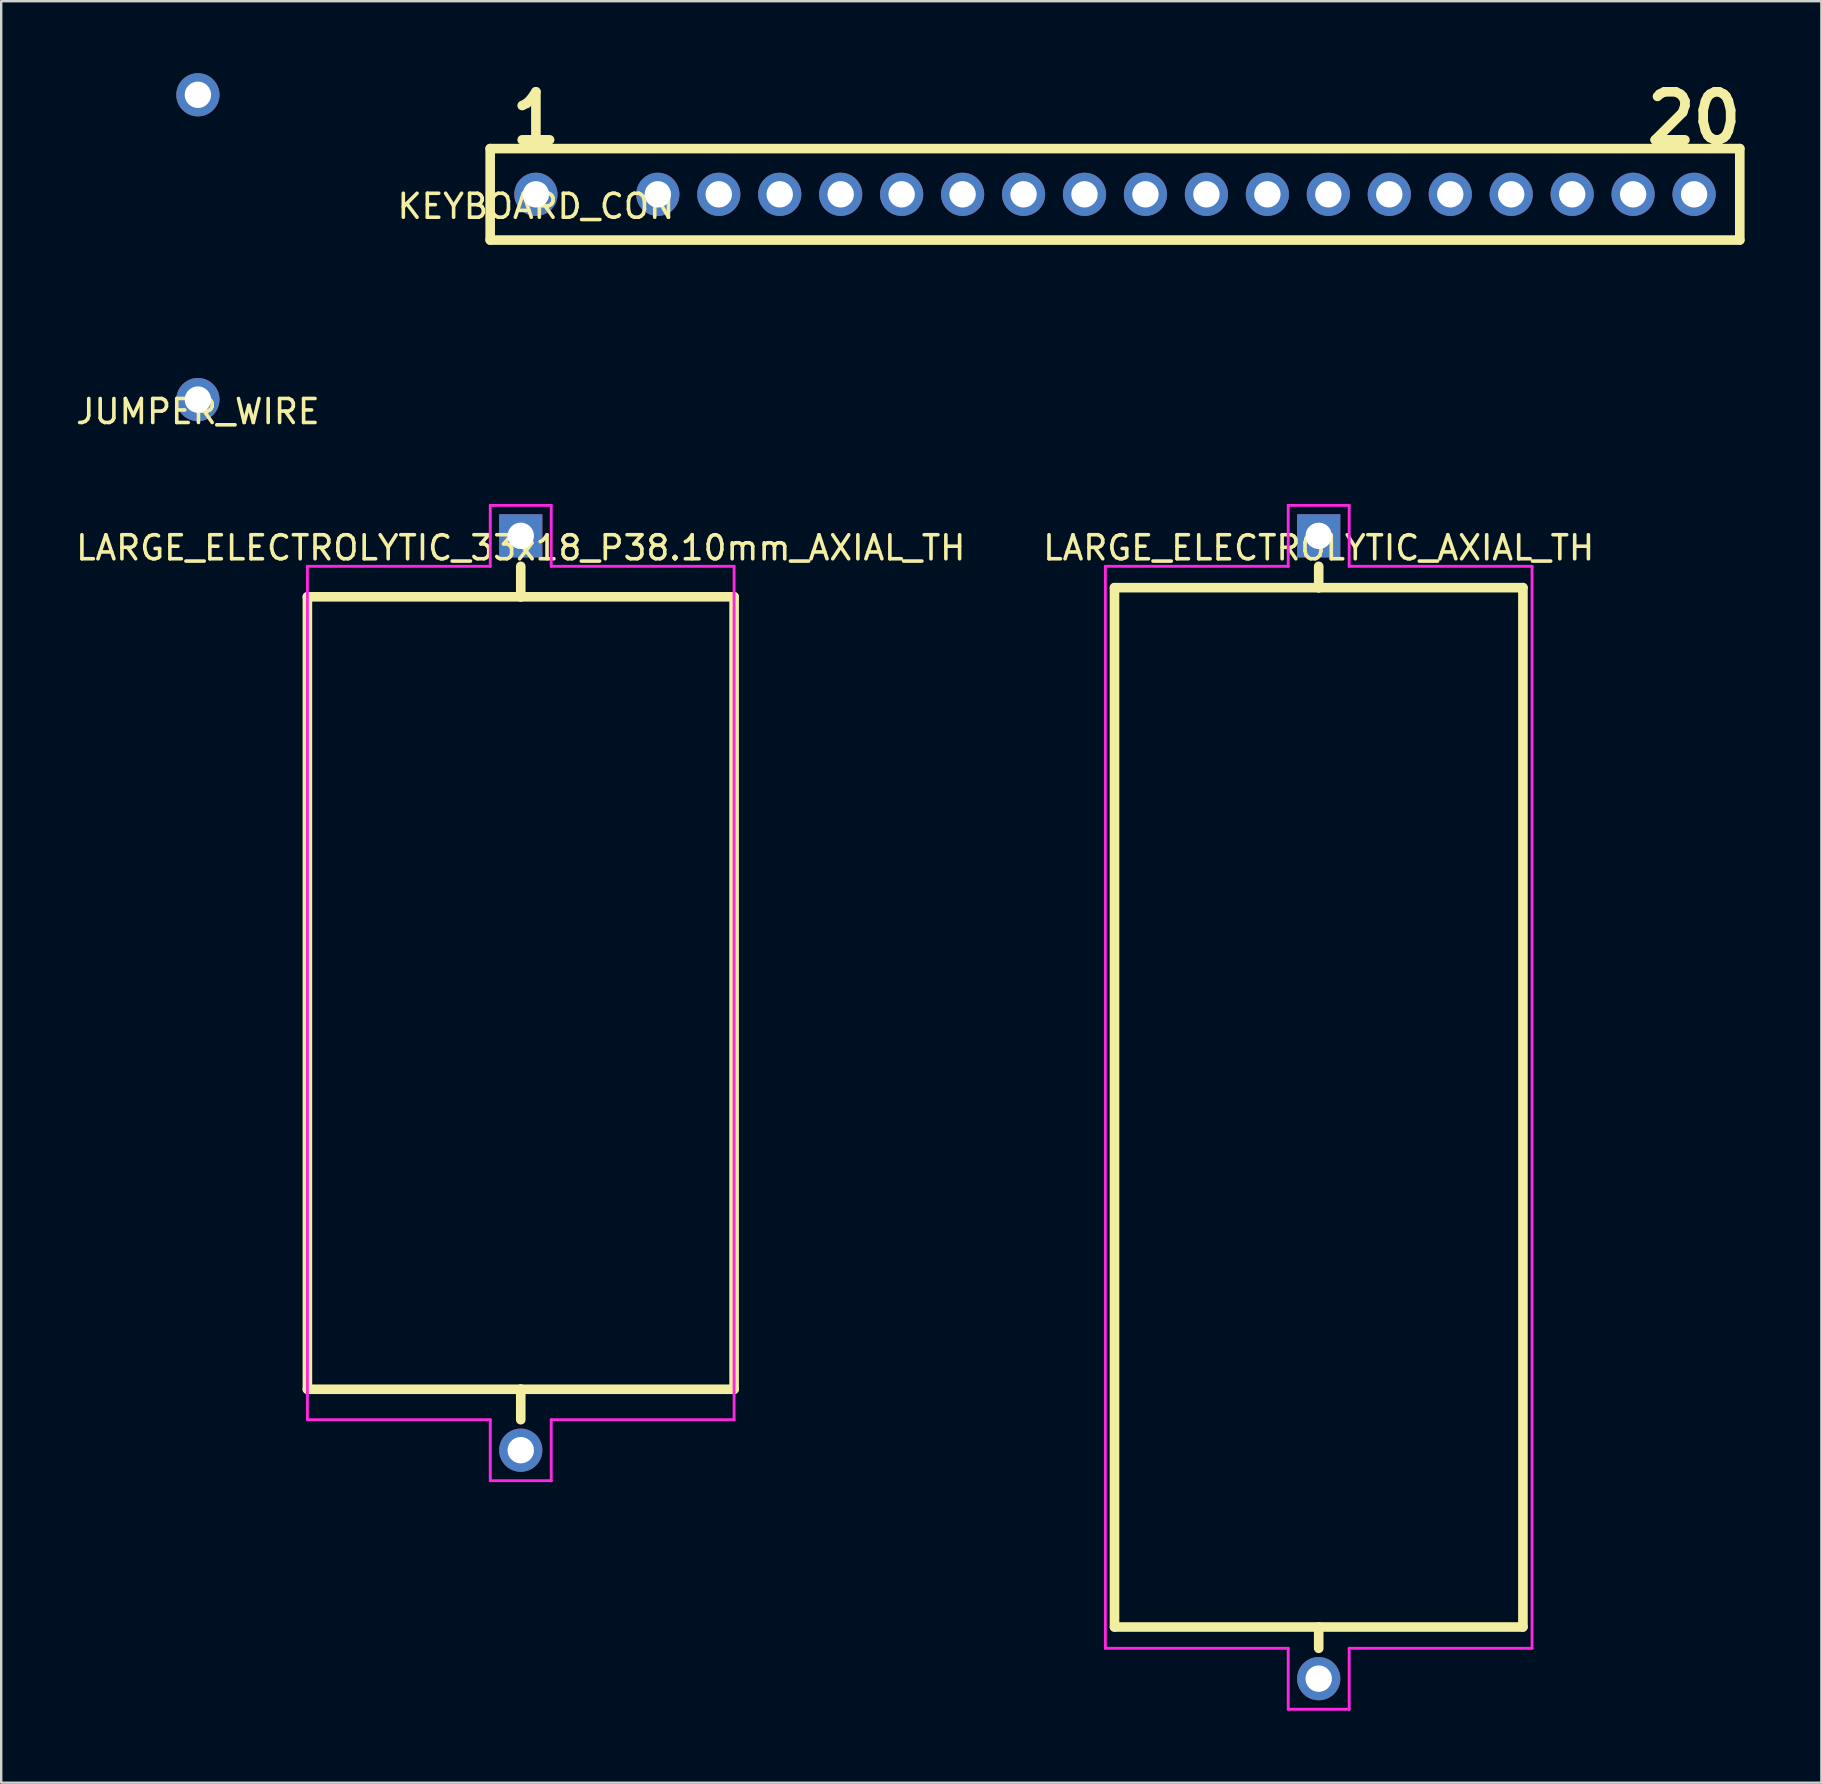
<source format=kicad_pcb>
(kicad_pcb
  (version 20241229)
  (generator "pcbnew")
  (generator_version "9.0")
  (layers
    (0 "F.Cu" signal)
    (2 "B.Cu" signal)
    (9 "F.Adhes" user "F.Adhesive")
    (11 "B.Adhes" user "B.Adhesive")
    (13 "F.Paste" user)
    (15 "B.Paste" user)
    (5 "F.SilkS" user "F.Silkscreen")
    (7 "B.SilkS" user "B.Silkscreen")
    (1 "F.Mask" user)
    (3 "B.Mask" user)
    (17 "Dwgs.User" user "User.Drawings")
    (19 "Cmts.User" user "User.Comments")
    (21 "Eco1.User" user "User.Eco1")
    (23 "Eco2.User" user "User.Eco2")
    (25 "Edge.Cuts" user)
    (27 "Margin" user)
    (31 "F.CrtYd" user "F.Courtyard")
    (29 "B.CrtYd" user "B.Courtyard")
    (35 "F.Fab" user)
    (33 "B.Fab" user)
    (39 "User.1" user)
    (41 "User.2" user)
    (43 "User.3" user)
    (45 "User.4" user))
  (footprint "LARGE_ELECTROLYTIC_AXIAL_TH"
    (layer "F.Cu")
    (at 51.899 19.278)
    (property "Reference" "LARGE_ELECTROLYTIC_AXIAL_TH" (at 0 0.5 0) (layer "F.SilkS") (effects (font (size 1 1) (thickness 0.15))))
    (attr through_hole)
    (fp_line (start -8.509 2.159) (end -8.509 45.466) (stroke (width 0.4) (type solid)) (layer "F.SilkS"))
    (fp_line (start 0 1.27) (end 0 2.159) (stroke (width 0.4) (type solid)) (layer "F.SilkS"))
    (fp_line (start 0 2.159) (end -8.509 2.159) (stroke (width 0.4) (type solid)) (layer "F.SilkS"))
    (fp_line (start 0 45.466) (end 0 46.355) (stroke (width 0.4) (type solid)) (layer "F.SilkS"))
    (fp_line (start 8.509 2.159) (end 0 2.159) (stroke (width 0.4) (type solid)) (layer "F.SilkS"))
    (fp_line (start 8.509 2.159) (end 8.509 45.466) (stroke (width 0.4) (type solid)) (layer "F.SilkS"))
    (fp_line (start 8.509 45.466) (end -8.509 45.466) (stroke (width 0.4) (type solid)) (layer "F.SilkS"))
    (fp_line (start -8.89 46.355) (end -8.89 1.27) (stroke (width 0.12) (type solid)) (layer "F.CrtYd"))
    (fp_line (start -8.89 46.355) (end -1.27 46.355) (stroke (width 0.12) (type solid)) (layer "F.CrtYd"))
    (fp_line (start -1.27 -1.27) (end -1.27 1.27) (stroke (width 0.12) (type solid)) (layer "F.CrtYd"))
    (fp_line (start -1.27 -1.27) (end 1.27 -1.27) (stroke (width 0.12) (type solid)) (layer "F.CrtYd"))
    (fp_line (start -1.27 1.27) (end -8.89 1.27) (stroke (width 0.12) (type solid)) (layer "F.CrtYd"))
    (fp_line (start -1.27 46.355) (end -1.27 48.895) (stroke (width 0.12) (type solid)) (layer "F.CrtYd"))
    (fp_line (start 1.27 -1.27) (end 1.27 1.27) (stroke (width 0.12) (type solid)) (layer "F.CrtYd"))
    (fp_line (start 1.27 1.27) (end 8.89 1.27) (stroke (width 0.12) (type solid)) (layer "F.CrtYd"))
    (fp_line (start 1.27 46.355) (end 8.89 46.355) (stroke (width 0.12) (type solid)) (layer "F.CrtYd"))
    (fp_line (start 1.27 48.895) (end -1.27 48.895) (stroke (width 0.12) (type solid)) (layer "F.CrtYd"))
    (fp_line (start 1.27 48.895) (end 1.27 46.355) (stroke (width 0.12) (type solid)) (layer "F.CrtYd"))
    (fp_line (start 8.89 1.27) (end 8.89 46.355) (stroke (width 0.12) (type solid)) (layer "F.CrtYd"))
    (pad "1" thru_hole rect (at 0 0) (size 1.8 1.8) (drill 1.1) (layers "*.Cu" "*.Mask"))
    (pad "2" thru_hole circle (at 0 47.62) (size 1.8 1.8) (drill 1.1) (layers "*.Cu" "*.Mask")))
  (footprint "JUMPER_WIRE"
    (layer "F.Cu")
    (at 5.196 13.6)
    (property "Reference" "JUMPER_WIRE" (at 0 0.5 0) (layer "F.SilkS") (effects (font (size 1 1) (thickness 0.15))))
    (attr through_hole)
    (pad "1" thru_hole circle (at 0 -12.7) (size 1.8 1.8) (drill 1.1) (layers "*.Cu" "*.Mask"))
    (pad "2" thru_hole circle (at 0 0) (size 1.8 1.8) (drill 1.1) (layers "*.Cu" "*.Mask")))
  (footprint "LARGE_ELECTROLYTIC_33x18_P38.10mm_AXIAL_TH"
    (layer "F.Cu")
    (at 18.649 19.278)
    (property "Reference" "LARGE_ELECTROLYTIC_33x18_P38.10mm_AXIAL_TH" (at 0 0.5 0) (layer "F.SilkS") (effects (font (size 1 1) (thickness 0.15))))
    (attr through_hole)
    (fp_line (start -8.89 2.54) (end -8.89 35.56) (stroke (width 0.4) (type solid)) (layer "F.SilkS"))
    (fp_line (start 0 1.27) (end 0 2.54) (stroke (width 0.4) (type solid)) (layer "F.SilkS"))
    (fp_line (start 0 2.54) (end -8.89 2.54) (stroke (width 0.4) (type solid)) (layer "F.SilkS"))
    (fp_line (start 0 35.56) (end -8.89 35.56) (stroke (width 0.4) (type solid)) (layer "F.SilkS"))
    (fp_line (start 0 35.56) (end 0 36.83) (stroke (width 0.4) (type solid)) (layer "F.SilkS"))
    (fp_line (start 8.89 2.54) (end 0 2.54) (stroke (width 0.4) (type solid)) (layer "F.SilkS"))
    (fp_line (start 8.89 2.54) (end 8.89 35.56) (stroke (width 0.4) (type solid)) (layer "F.SilkS"))
    (fp_line (start 8.89 35.56) (end 0 35.56) (stroke (width 0.4) (type solid)) (layer "F.SilkS"))
    (fp_line (start -8.89 36.83) (end -8.89 1.27) (stroke (width 0.12) (type solid)) (layer "F.CrtYd"))
    (fp_line (start -8.89 36.83) (end -1.27 36.83) (stroke (width 0.12) (type solid)) (layer "F.CrtYd"))
    (fp_line (start -1.27 -1.27) (end -1.27 1.27) (stroke (width 0.12) (type solid)) (layer "F.CrtYd"))
    (fp_line (start -1.27 -1.27) (end 1.27 -1.27) (stroke (width 0.12) (type solid)) (layer "F.CrtYd"))
    (fp_line (start -1.27 1.27) (end -8.89 1.27) (stroke (width 0.12) (type solid)) (layer "F.CrtYd"))
    (fp_line (start -1.27 36.83) (end -1.27 39.37) (stroke (width 0.12) (type solid)) (layer "F.CrtYd"))
    (fp_line (start 1.27 -1.27) (end 1.27 1.27) (stroke (width 0.12) (type solid)) (layer "F.CrtYd"))
    (fp_line (start 1.27 1.27) (end 8.89 1.27) (stroke (width 0.12) (type solid)) (layer "F.CrtYd"))
    (fp_line (start 1.27 36.83) (end 8.89 36.83) (stroke (width 0.12) (type solid)) (layer "F.CrtYd"))
    (fp_line (start 1.27 39.37) (end -1.27 39.37) (stroke (width 0.12) (type solid)) (layer "F.CrtYd"))
    (fp_line (start 1.27 39.37) (end 1.27 36.83) (stroke (width 0.12) (type solid)) (layer "F.CrtYd"))
    (fp_line (start 8.89 1.27) (end 8.89 36.83) (stroke (width 0.12) (type solid)) (layer "F.CrtYd"))
    (pad "1" thru_hole rect (at 0 0) (size 1.8 1.8) (drill 1.1) (layers "*.Cu" "*.Mask"))
    (pad "2" thru_hole circle (at 0 38.1) (size 1.8 1.8) (drill 1.1) (layers "*.Cu" "*.Mask")))
  (footprint "KEYBOARD_CON"
    (layer "F.Cu")
    (at 19.28 5.047)
    (property "Reference" "KEYBOARD_CON" (at 0 0.5 0) (layer "F.SilkS") (effects (font (size 1 1) (thickness 0.15))))
    (attr through_hole)
    (fp_line (start -1.905 -1.905) (end -1.905 1.905) (stroke (width 0.4) (type solid)) (layer "F.SilkS"))
    (fp_line (start -1.905 -1.905) (end 50.165 -1.905) (stroke (width 0.4) (type solid)) (layer "F.SilkS"))
    (fp_line (start -1.905 1.905) (end 50.165 1.905) (stroke (width 0.4) (type solid)) (layer "F.SilkS"))
    (fp_line (start 50.165 -1.905) (end 50.165 1.905) (stroke (width 0.4) (type solid)) (layer "F.SilkS"))
    (fp_text user "20" (at 48.26 -3.175 0) (layer "F.SilkS") (effects (font (size 2 2) (thickness 0.4))))
    (fp_text user "1" (at 0 -3.175 0) (layer "F.SilkS") (effects (font (size 2 2) (thickness 0.4))))
    (pad "1" thru_hole circle (at 0 0) (size 1.8 1.8) (drill 1.1) (layers "*.Cu" "*.Mask"))
    (pad "3" thru_hole circle (at 5.08 0) (size 1.8 1.8) (drill 1.1) (layers "*.Cu" "*.Mask"))
    (pad "4" thru_hole circle (at 7.62 0) (size 1.8 1.8) (drill 1.1) (layers "*.Cu" "*.Mask"))
    (pad "5" thru_hole circle (at 10.16 0) (size 1.8 1.8) (drill 1.1) (layers "*.Cu" "*.Mask"))
    (pad "6" thru_hole circle (at 12.7 0) (size 1.8 1.8) (drill 1.1) (layers "*.Cu" "*.Mask"))
    (pad "7" thru_hole circle (at 15.24 0) (size 1.8 1.8) (drill 1.1) (layers "*.Cu" "*.Mask"))
    (pad "8" thru_hole circle (at 17.78 0) (size 1.8 1.8) (drill 1.1) (layers "*.Cu" "*.Mask"))
    (pad "9" thru_hole circle (at 20.32 0) (size 1.8 1.8) (drill 1.1) (layers "*.Cu" "*.Mask"))
    (pad "10" thru_hole circle (at 22.86 0) (size 1.8 1.8) (drill 1.1) (layers "*.Cu" "*.Mask"))
    (pad "11" thru_hole circle (at 25.4 0) (size 1.8 1.8) (drill 1.1) (layers "*.Cu" "*.Mask"))
    (pad "12" thru_hole circle (at 27.94 0) (size 1.8 1.8) (drill 1.1) (layers "*.Cu" "*.Mask"))
    (pad "13" thru_hole circle (at 30.48 0) (size 1.8 1.8) (drill 1.1) (layers "*.Cu" "*.Mask"))
    (pad "14" thru_hole circle (at 33.02 0) (size 1.8 1.8) (drill 1.1) (layers "*.Cu" "*.Mask"))
    (pad "15" thru_hole circle (at 35.56 0) (size 1.8 1.8) (drill 1.1) (layers "*.Cu" "*.Mask"))
    (pad "16" thru_hole circle (at 38.1 0) (size 1.8 1.8) (drill 1.1) (layers "*.Cu" "*.Mask"))
    (pad "17" thru_hole circle (at 40.64 0) (size 1.8 1.8) (drill 1.1) (layers "*.Cu" "*.Mask"))
    (pad "18" thru_hole circle (at 43.18 0) (size 1.8 1.8) (drill 1.1) (layers "*.Cu" "*.Mask"))
    (pad "19" thru_hole circle (at 45.72 0) (size 1.8 1.8) (drill 1.1) (layers "*.Cu" "*.Mask"))
    (pad "20" thru_hole circle (at 48.26 0) (size 1.8 1.8) (drill 1.1) (layers "*.Cu" "*.Mask")))
  (gr_rect
    (start -3 -3)
    (end 72.845 71.233)
    (stroke (width 0.1) (type default))
    (fill no)
    (layer "Edge.Cuts")))
</source>
